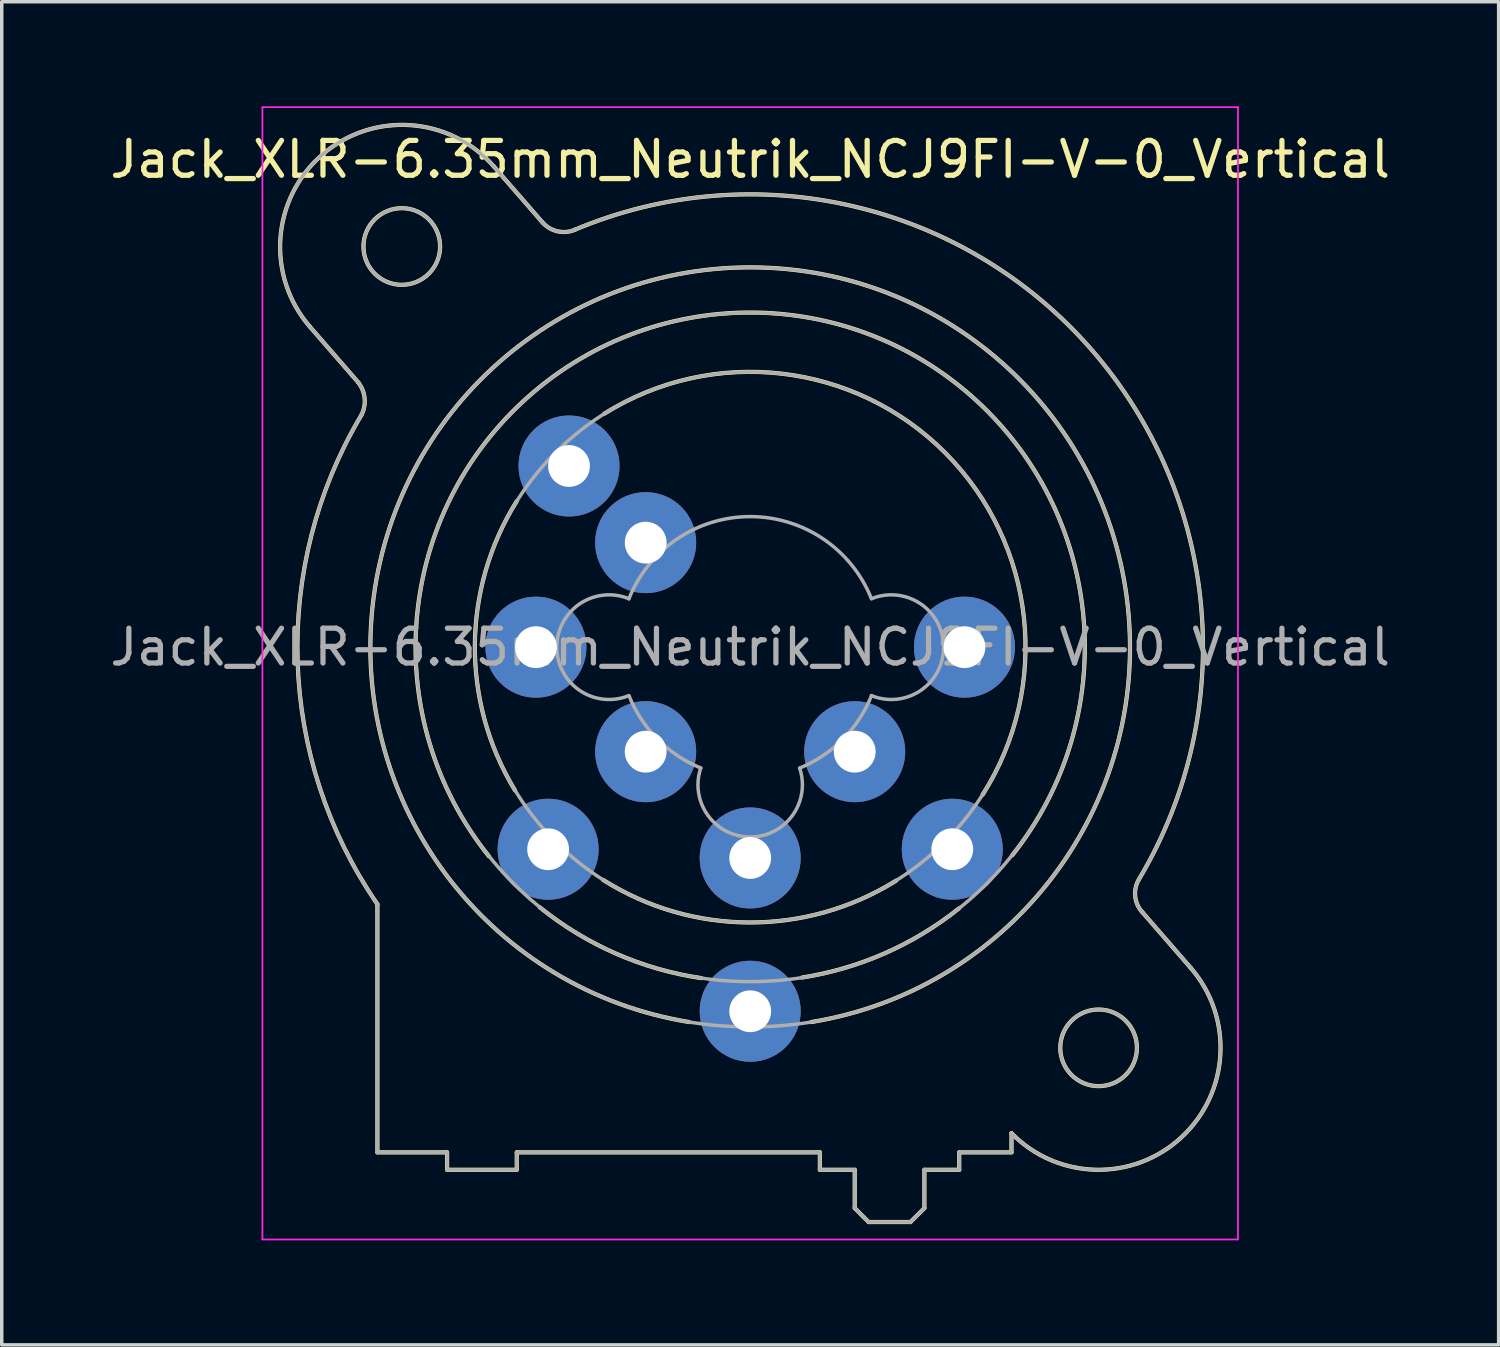
<source format=kicad_pcb>
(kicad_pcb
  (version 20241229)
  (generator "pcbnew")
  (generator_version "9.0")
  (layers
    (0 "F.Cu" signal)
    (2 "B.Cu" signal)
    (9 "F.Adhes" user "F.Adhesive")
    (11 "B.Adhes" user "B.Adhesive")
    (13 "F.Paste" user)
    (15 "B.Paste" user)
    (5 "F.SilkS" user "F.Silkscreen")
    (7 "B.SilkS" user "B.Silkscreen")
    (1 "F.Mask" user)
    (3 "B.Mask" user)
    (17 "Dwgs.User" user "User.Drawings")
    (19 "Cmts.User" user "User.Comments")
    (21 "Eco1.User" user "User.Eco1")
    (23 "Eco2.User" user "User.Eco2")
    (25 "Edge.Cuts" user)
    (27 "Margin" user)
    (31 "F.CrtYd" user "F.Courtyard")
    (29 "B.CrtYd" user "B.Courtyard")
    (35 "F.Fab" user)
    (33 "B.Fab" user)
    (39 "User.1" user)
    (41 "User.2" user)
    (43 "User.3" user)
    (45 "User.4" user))
  (footprint "Jack_XLR-6.35mm_Neutrik_NCJ9FI-V-0_Vertical"
    (layer "F.Cu")
    (at 24.632 15.525)
    (property "Reference" "Jack_XLR-6.35mm_Neutrik_NCJ9FI-V-0_Vertical" (at -6.15 -14 0) (layer "F.SilkS") (effects (font (size 1 1) (thickness 0.15))))
    (attr through_hole)
    (fp_line (start -17.4 -7.6) (end -18.79 -9.2) (stroke (width 0.12) (type solid)) (layer "F.SilkS"))
    (fp_line (start -16.85 14.5) (end -16.85 7.38) (stroke (width 0.12) (type solid)) (layer "F.SilkS"))
    (fp_line (start -14.85 14.5) (end -16.85 14.5) (stroke (width 0.12) (type solid)) (layer "F.SilkS"))
    (fp_line (start -14.85 14.5) (end -14.85 15) (stroke (width 0.12) (type solid)) (layer "F.SilkS"))
    (fp_line (start -13.51 -13.8) (end -12.11 -12.19) (stroke (width 0.12) (type solid)) (layer "F.SilkS"))
    (fp_line (start -12.85 14.5) (end -12.85 15) (stroke (width 0.12) (type solid)) (layer "F.SilkS"))
    (fp_line (start -12.85 15) (end -14.85 15) (stroke (width 0.12) (type solid)) (layer "F.SilkS"))
    (fp_line (start -4.15 14.5) (end -12.85 14.5) (stroke (width 0.12) (type solid)) (layer "F.SilkS"))
    (fp_line (start -4.15 14.5) (end -4.15 15) (stroke (width 0.12) (type solid)) (layer "F.SilkS"))
    (fp_line (start -3.15 15) (end -4.15 15) (stroke (width 0.12) (type solid)) (layer "F.SilkS"))
    (fp_line (start -3.15 15) (end -3.15 16.1) (stroke (width 0.12) (type solid)) (layer "F.SilkS"))
    (fp_line (start -3.15 16.1) (end -2.75 16.5) (stroke (width 0.12) (type solid)) (layer "F.SilkS"))
    (fp_line (start -1.55 16.5) (end -2.75 16.5) (stroke (width 0.12) (type solid)) (layer "F.SilkS"))
    (fp_line (start -1.15 15) (end -1.15 16.1) (stroke (width 0.12) (type solid)) (layer "F.SilkS"))
    (fp_line (start -1.15 16.1) (end -1.55 16.5) (stroke (width 0.12) (type solid)) (layer "F.SilkS"))
    (fp_line (start -0.15 14.5) (end -0.15 15) (stroke (width 0.12) (type solid)) (layer "F.SilkS"))
    (fp_line (start -0.15 15) (end -1.15 15) (stroke (width 0.12) (type solid)) (layer "F.SilkS"))
    (fp_line (start 1.35 13.95) (end 1.35 14.5) (stroke (width 0.12) (type solid)) (layer "F.SilkS"))
    (fp_line (start 1.35 14.5) (end -0.15 14.5) (stroke (width 0.12) (type solid)) (layer "F.SilkS"))
    (fp_line (start 5.1 7.6) (end 6.49 9.2) (stroke (width 0.12) (type solid)) (layer "F.SilkS"))
    (fp_arc (start -18.79 -9.2) (mid -18.45 -14.14) (end -13.51 -13.8) (stroke (width 0.12) (type solid)) (layer "F.SilkS"))
    (fp_arc (start -17.400452 -7.59955) (mid -17.216295 -7.14315) (end -17.31 -6.66) (stroke (width 0.12) (type solid)) (layer "F.SilkS"))
    (fp_arc (start -16.851206 7.374645) (mid -19.139261 0.42462) (end -17.31 -6.66) (stroke (width 0.12) (type solid)) (layer "F.SilkS"))
    (fp_arc (start -13.65 6) (mid -6.168408 -9.604669) (end 1.372943 5.971208) (stroke (width 0.12) (type solid)) (layer "F.SilkS"))
    (fp_arc (start -12.9 4.11) (mid -14.052663 -0.0501) (end -12.847348 -4.195251) (stroke (width 0.12) (type solid)) (layer "F.SilkS"))
    (fp_arc (start -11.201352 -11.974349) (mid 3.655031 -8.530097) (end 5.01 6.66) (stroke (width 0.12) (type solid)) (layer "F.SilkS"))
    (fp_arc (start -11.177539 -11.981856) (mid -11.677484 -11.93489) (end -12.11 -12.19) (stroke (width 0.12) (type solid)) (layer "F.SilkS"))
    (fp_arc (start -10.34 -6.7) (mid -0.544787 -5.570251) (end 0.523653 4.231839) (stroke (width 0.12) (type solid)) (layer "F.SilkS"))
    (fp_arc (start -7.9 10.76) (mid -6.152346 -10.90138) (end -4.395368 10.759246) (stroke (width 0.12) (type solid)) (layer "F.SilkS"))
    (fp_arc (start -7.55 9.5) (mid -10.007174 8.793873) (end -12.190932 7.464391) (stroke (width 0.12) (type solid)) (layer "F.SilkS"))
    (fp_arc (start -1.96 6.7) (mid -6.167825 7.902264) (end -10.370184 6.681029) (stroke (width 0.12) (type solid)) (layer "F.SilkS"))
    (fp_arc (start -0.16 7.5) (mid -2.282236 8.784674) (end -4.662837 9.482534) (stroke (width 0.12) (type solid)) (layer "F.SilkS"))
    (fp_arc (start 5.109394 7.611661) (mid 4.900255 7.152483) (end 5.01 6.66) (stroke (width 0.12) (type solid)) (layer "F.SilkS"))
    (fp_arc (start 6.49 9.2) (mid 6.227307 14.070606) (end 1.351052 13.95252) (stroke (width 0.12) (type solid)) (layer "F.SilkS"))
    (fp_circle (center -16.15 -11.5) (end -15.05 -11.5) (stroke (width 0.12) (type solid)) (fill no) (layer "F.SilkS"))
    (fp_circle (center 3.85 11.5) (end 4.95 11.5) (stroke (width 0.12) (type solid)) (fill no) (layer "F.SilkS"))
    (fp_line (start -20.15 -15.5) (end 7.85 -15.5) (stroke (width 0.05) (type solid)) (layer "F.CrtYd"))
    (fp_line (start -20.15 17) (end -20.15 -15.5) (stroke (width 0.05) (type solid)) (layer "F.CrtYd"))
    (fp_line (start 7.85 -15.5) (end 7.85 17) (stroke (width 0.05) (type solid)) (layer "F.CrtYd"))
    (fp_line (start 7.85 17) (end -20.15 17) (stroke (width 0.05) (type solid)) (layer "F.CrtYd"))
    (fp_line (start -17.4 -7.6) (end -18.79 -9.2) (stroke (width 0.1) (type solid)) (layer "F.Fab"))
    (fp_line (start -16.85 14.5) (end -16.85 7.38) (stroke (width 0.1) (type solid)) (layer "F.Fab"))
    (fp_line (start -14.85 14.5) (end -16.85 14.5) (stroke (width 0.1) (type solid)) (layer "F.Fab"))
    (fp_line (start -14.85 14.5) (end -14.85 15) (stroke (width 0.1) (type solid)) (layer "F.Fab"))
    (fp_line (start -13.51 -13.8) (end -12.11 -12.19) (stroke (width 0.1) (type solid)) (layer "F.Fab"))
    (fp_line (start -12.85 14.5) (end -12.85 15) (stroke (width 0.1) (type solid)) (layer "F.Fab"))
    (fp_line (start -12.85 15) (end -14.85 15) (stroke (width 0.1) (type solid)) (layer "F.Fab"))
    (fp_line (start -4.15 14.5) (end -12.85 14.5) (stroke (width 0.1) (type solid)) (layer "F.Fab"))
    (fp_line (start -4.15 14.5) (end -4.15 15) (stroke (width 0.1) (type solid)) (layer "F.Fab"))
    (fp_line (start -3.15 15) (end -4.15 15) (stroke (width 0.1) (type solid)) (layer "F.Fab"))
    (fp_line (start -3.15 15) (end -3.15 16.1) (stroke (width 0.1) (type solid)) (layer "F.Fab"))
    (fp_line (start -3.15 16.1) (end -2.75 16.5) (stroke (width 0.1) (type solid)) (layer "F.Fab"))
    (fp_line (start -1.55 16.5) (end -2.75 16.5) (stroke (width 0.1) (type solid)) (layer "F.Fab"))
    (fp_line (start -1.15 15) (end -1.15 16.1) (stroke (width 0.1) (type solid)) (layer "F.Fab"))
    (fp_line (start -1.15 16.1) (end -1.55 16.5) (stroke (width 0.1) (type solid)) (layer "F.Fab"))
    (fp_line (start -0.15 14.5) (end -0.15 15) (stroke (width 0.1) (type solid)) (layer "F.Fab"))
    (fp_line (start -0.15 15) (end -1.15 15) (stroke (width 0.1) (type solid)) (layer "F.Fab"))
    (fp_line (start 1.35 13.95) (end 1.35 14.5) (stroke (width 0.1) (type solid)) (layer "F.Fab"))
    (fp_line (start 1.35 14.5) (end -0.15 14.5) (stroke (width 0.1) (type solid)) (layer "F.Fab"))
    (fp_line (start 5.1 7.6) (end 6.49 9.2) (stroke (width 0.1) (type solid)) (layer "F.Fab"))
    (fp_arc (start -18.79 -9.2) (mid -18.45 -14.14) (end -13.51 -13.8) (stroke (width 0.1) (type solid)) (layer "F.Fab"))
    (fp_arc (start -17.400452 -7.59955) (mid -17.216295 -7.14315) (end -17.31 -6.66) (stroke (width 0.1) (type solid)) (layer "F.Fab"))
    (fp_arc (start -16.851206 7.374645) (mid -19.139261 0.42462) (end -17.31 -6.66) (stroke (width 0.1) (type solid)) (layer "F.Fab"))
    (fp_arc (start -11.201352 -11.974349) (mid 3.655031 -8.530097) (end 5.01 6.66) (stroke (width 0.1) (type solid)) (layer "F.Fab"))
    (fp_arc (start -11.177539 -11.981856) (mid -11.677484 -11.93489) (end -12.11 -12.19) (stroke (width 0.1) (type solid)) (layer "F.Fab"))
    (fp_arc (start -9.634717 1.391925) (mid -11.702329 -0.002547) (end -9.63 -1.39) (stroke (width 0.1) (type solid)) (layer "F.Fab"))
    (fp_arc (start -9.631116 -1.387204) (mid -6.151505 -3.747333) (end -2.67 -1.39) (stroke (width 0.1) (type solid)) (layer "F.Fab"))
    (fp_arc (start -7.567529 3.468878) (mid -8.810241 2.639246) (end -9.63 1.39) (stroke (width 0.1) (type solid)) (layer "F.Fab"))
    (fp_arc (start -4.729599 3.471189) (mid -6.150627 5.448932) (end -7.57 3.47) (stroke (width 0.1) (type solid)) (layer "F.Fab"))
    (fp_arc (start -2.667476 1.389002) (mid -3.487046 2.639314) (end -4.73 3.47) (stroke (width 0.1) (type solid)) (layer "F.Fab"))
    (fp_arc (start -2.665283 -1.391925) (mid -0.597671 0.002547) (end -2.67 1.39) (stroke (width 0.1) (type solid)) (layer "F.Fab"))
    (fp_arc (start 5.109394 7.611661) (mid 4.900255 7.152483) (end 5.01 6.66) (stroke (width 0.1) (type solid)) (layer "F.Fab"))
    (fp_arc (start 6.49 9.2) (mid 6.227307 14.070606) (end 1.351052 13.95252) (stroke (width 0.1) (type solid)) (layer "F.Fab"))
    (fp_circle (center -16.15 -11.5) (end -15.05 -11.5) (stroke (width 0.1) (type solid)) (fill no) (layer "F.Fab"))
    (fp_circle (center -6.15 0) (end 1.75 0) (stroke (width 0.1) (type solid)) (fill no) (layer "F.Fab"))
    (fp_circle (center -6.15 0) (end 3.45 0) (stroke (width 0.1) (type solid)) (fill no) (layer "F.Fab"))
    (fp_circle (center -6.15 0) (end 4.75 0) (stroke (width 0.1) (type solid)) (fill no) (layer "F.Fab"))
    (fp_circle (center 3.85 11.5) (end 4.95 11.5) (stroke (width 0.1) (type solid)) (fill no) (layer "F.Fab"))
    (fp_text user "${REFERENCE}" (at -6.15 0 0) (layer "F.Fab") (effects (font (size 1 1) (thickness 0.15))))
    (pad "1" thru_hole circle (at 0 0) (size 2.9 2.9) (drill 1.2) (layers "*.Cu" "*.Mask"))
    (pad "2" thru_hole circle (at -12.3 0) (size 2.9 2.9) (drill 1.2) (layers "*.Cu" "*.Mask"))
    (pad "3" thru_hole circle (at -6.15 6.05) (size 2.9 2.9) (drill 1.2) (layers "*.Cu" "*.Mask"))
    (pad "G" thru_hole circle (at -6.15 10.45) (size 2.9 2.9) (drill 1.2) (layers "*.Cu" "*.Mask"))
    (pad "R" thru_hole circle (at -0.35 5.8) (size 2.9 2.9) (drill 1.2) (layers "*.Cu" "*.Mask"))
    (pad "RN" thru_hole circle (at -3.15 3) (size 2.9 2.9) (drill 1.2) (layers "*.Cu" "*.Mask"))
    (pad "S" thru_hole circle (at -11.95 5.8) (size 2.9 2.9) (drill 1.2) (layers "*.Cu" "*.Mask"))
    (pad "SN" thru_hole circle (at -9.15 3) (size 2.9 2.9) (drill 1.2) (layers "*.Cu" "*.Mask"))
    (pad "T" thru_hole circle (at -11.35 -5.2) (size 2.9 2.9) (drill 1.2) (layers "*.Cu" "*.Mask"))
    (pad "TN" thru_hole circle (at -9.15 -3) (size 2.9 2.9) (drill 1.2) (layers "*.Cu" "*.Mask")))
  (gr_rect
    (start -3 -3)
    (end 39.964 35.55)
    (stroke (width 0.1) (type default))
    (fill no)
    (layer "Edge.Cuts")))
</source>
